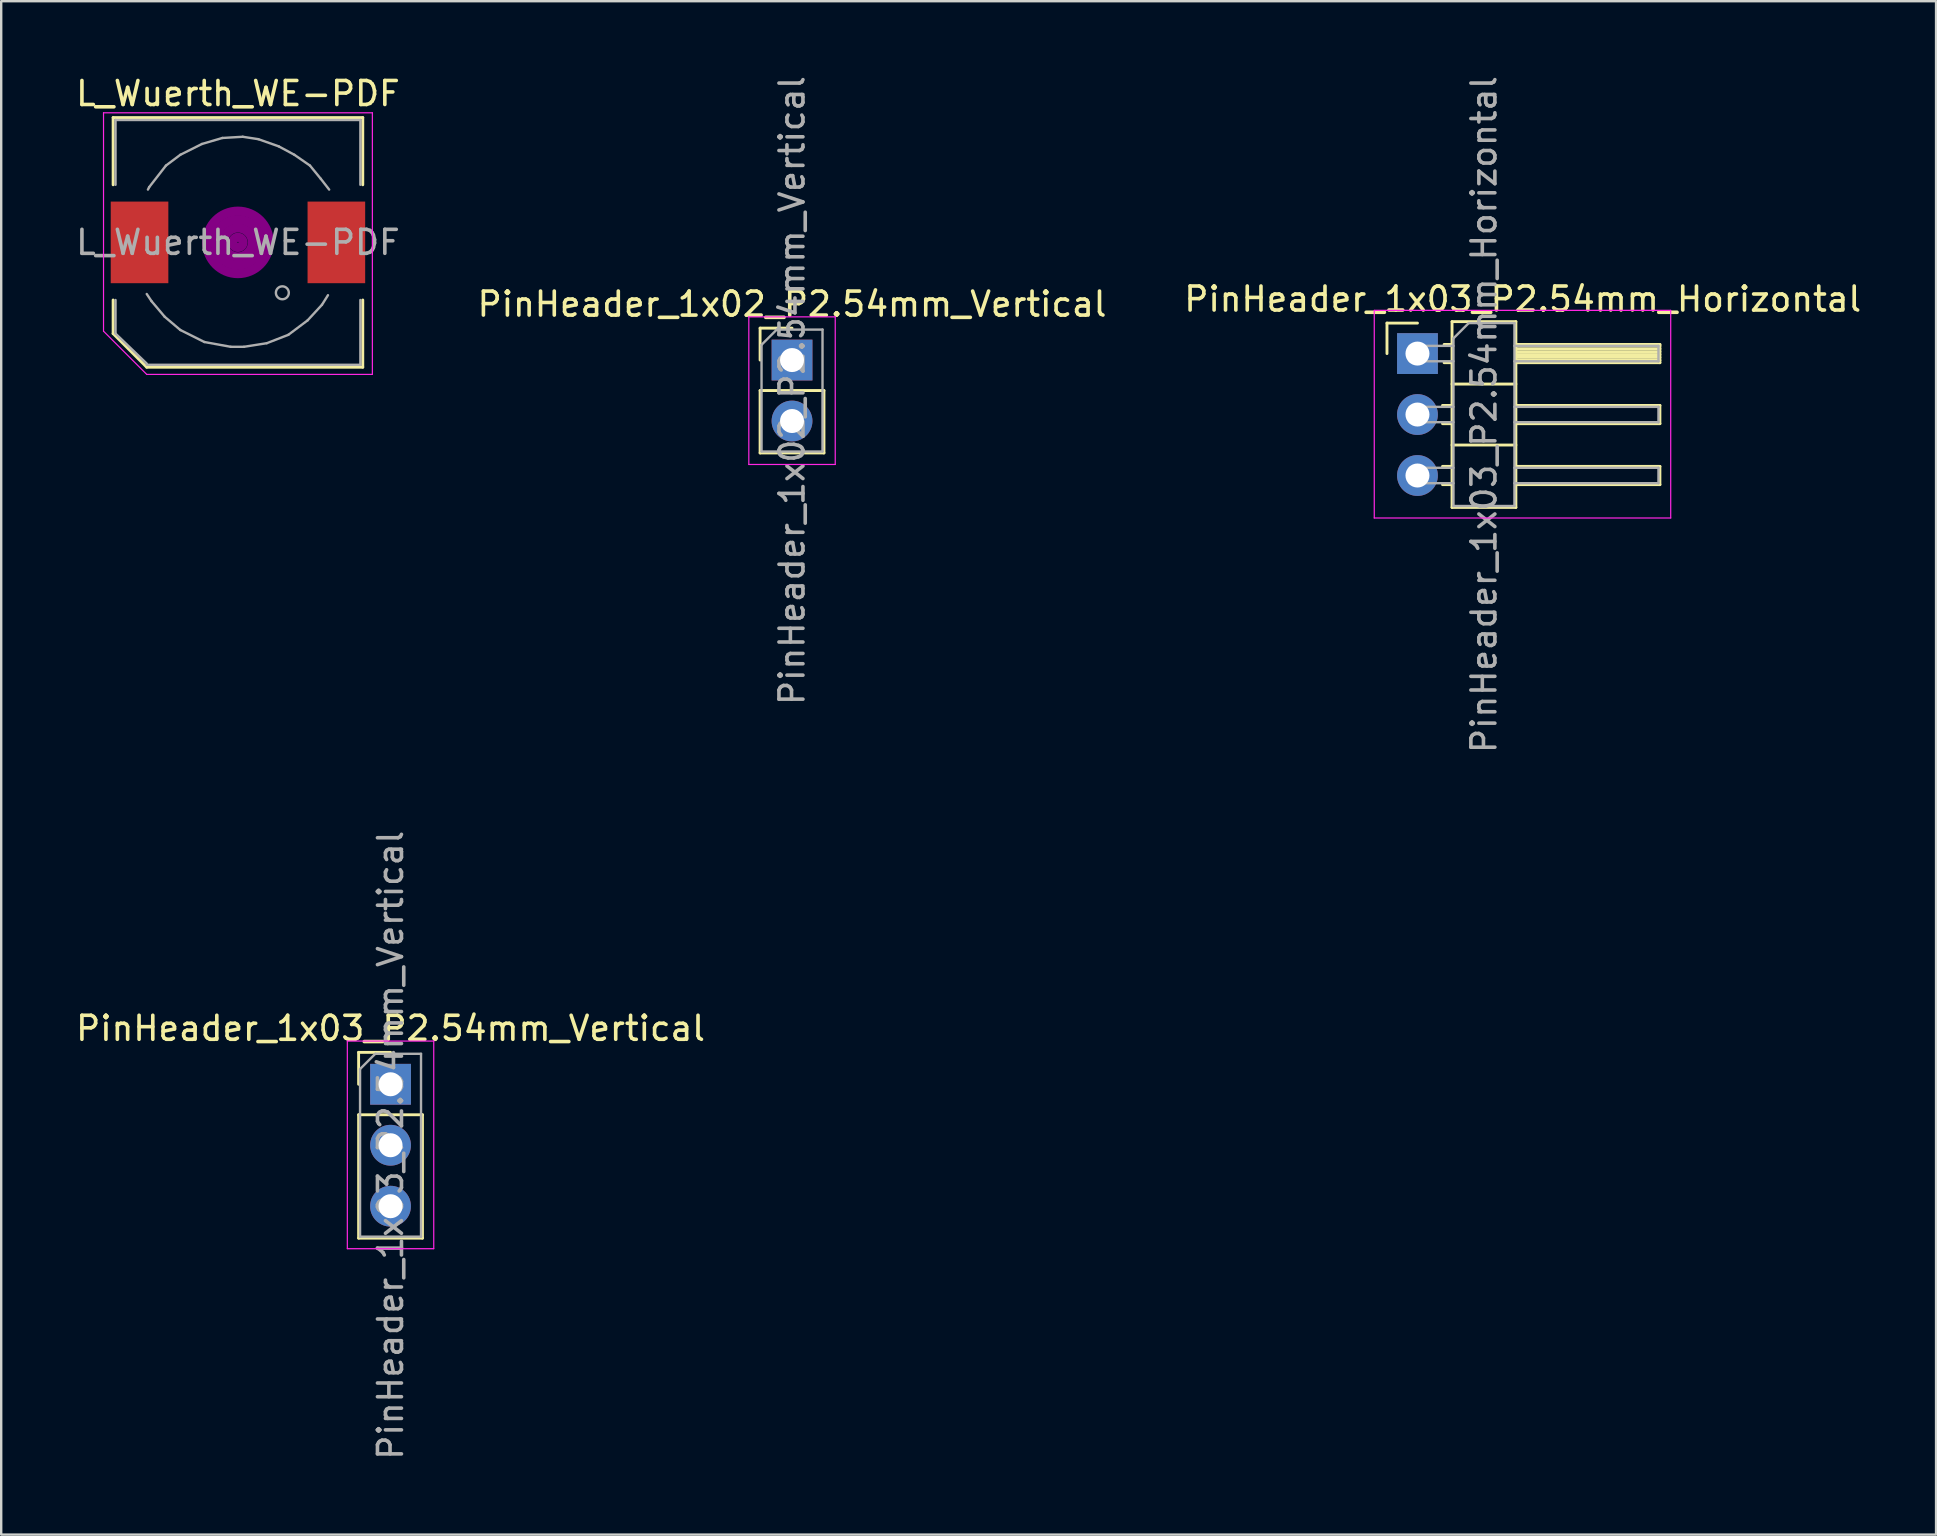
<source format=kicad_pcb>
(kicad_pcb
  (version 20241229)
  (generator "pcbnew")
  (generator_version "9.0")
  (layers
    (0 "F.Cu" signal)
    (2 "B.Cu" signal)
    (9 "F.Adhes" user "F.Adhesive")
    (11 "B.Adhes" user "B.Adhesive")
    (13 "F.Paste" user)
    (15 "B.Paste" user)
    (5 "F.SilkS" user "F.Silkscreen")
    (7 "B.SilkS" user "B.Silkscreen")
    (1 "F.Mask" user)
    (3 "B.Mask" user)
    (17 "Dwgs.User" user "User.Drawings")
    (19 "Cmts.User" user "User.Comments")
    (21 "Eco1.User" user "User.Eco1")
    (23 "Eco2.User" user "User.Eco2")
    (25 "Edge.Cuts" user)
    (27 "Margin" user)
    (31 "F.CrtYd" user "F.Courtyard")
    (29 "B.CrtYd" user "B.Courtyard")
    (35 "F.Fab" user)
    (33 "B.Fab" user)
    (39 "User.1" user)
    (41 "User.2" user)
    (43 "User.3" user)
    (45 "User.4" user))
  (footprint "PinHeader_1x03_P2.54mm_Vertical"
    (layer "F.Cu")
    (at 13.22 42.121)
    (property "Reference" "PinHeader_1x03_P2.54mm_Vertical" (at 0 -2.33 0) (layer "F.SilkS") (effects (font (size 1 1) (thickness 0.15))))
    (attr through_hole)
    (fp_line (start -1.33 -1.33) (end 0 -1.33) (stroke (width 0.12) (type solid)) (layer "F.SilkS"))
    (fp_line (start -1.33 0) (end -1.33 -1.33) (stroke (width 0.12) (type solid)) (layer "F.SilkS"))
    (fp_line (start -1.33 1.27) (end -1.33 6.41) (stroke (width 0.12) (type solid)) (layer "F.SilkS"))
    (fp_line (start -1.33 1.27) (end 1.33 1.27) (stroke (width 0.12) (type solid)) (layer "F.SilkS"))
    (fp_line (start -1.33 6.41) (end 1.33 6.41) (stroke (width 0.12) (type solid)) (layer "F.SilkS"))
    (fp_line (start 1.33 1.27) (end 1.33 6.41) (stroke (width 0.12) (type solid)) (layer "F.SilkS"))
    (fp_line (start -1.8 -1.8) (end -1.8 6.85) (stroke (width 0.05) (type solid)) (layer "F.CrtYd"))
    (fp_line (start -1.8 6.85) (end 1.8 6.85) (stroke (width 0.05) (type solid)) (layer "F.CrtYd"))
    (fp_line (start 1.8 -1.8) (end -1.8 -1.8) (stroke (width 0.05) (type solid)) (layer "F.CrtYd"))
    (fp_line (start 1.8 6.85) (end 1.8 -1.8) (stroke (width 0.05) (type solid)) (layer "F.CrtYd"))
    (fp_line (start -1.27 -0.635) (end -0.635 -1.27) (stroke (width 0.1) (type solid)) (layer "F.Fab"))
    (fp_line (start -1.27 6.35) (end -1.27 -0.635) (stroke (width 0.1) (type solid)) (layer "F.Fab"))
    (fp_line (start -0.635 -1.27) (end 1.27 -1.27) (stroke (width 0.1) (type solid)) (layer "F.Fab"))
    (fp_line (start 1.27 -1.27) (end 1.27 6.35) (stroke (width 0.1) (type solid)) (layer "F.Fab"))
    (fp_line (start 1.27 6.35) (end -1.27 6.35) (stroke (width 0.1) (type solid)) (layer "F.Fab"))
    (fp_text user "${REFERENCE}" (at 0 2.54 90) (layer "F.Fab") (effects (font (size 1 1) (thickness 0.15))))
    (pad "1" thru_hole rect (at 0 0) (size 1.7 1.7) (drill 1) (layers "*.Cu" "*.Mask"))
    (pad "2" thru_hole oval (at 0 2.54) (size 1.7 1.7) (drill 1) (layers "*.Cu" "*.Mask"))
    (pad "3" thru_hole oval (at 0 5.08) (size 1.7 1.7) (drill 1) (layers "*.Cu" "*.Mask")))
  (footprint "PinHeader_1x02_P2.54mm_Vertical"
    (layer "F.Cu")
    (at 29.946 11.95)
    (property "Reference" "PinHeader_1x02_P2.54mm_Vertical" (at 0 -2.33 0) (layer "F.SilkS") (effects (font (size 1 1) (thickness 0.15))))
    (attr through_hole)
    (fp_line (start -1.33 -1.33) (end 0 -1.33) (stroke (width 0.12) (type solid)) (layer "F.SilkS"))
    (fp_line (start -1.33 0) (end -1.33 -1.33) (stroke (width 0.12) (type solid)) (layer "F.SilkS"))
    (fp_line (start -1.33 1.27) (end -1.33 3.87) (stroke (width 0.12) (type solid)) (layer "F.SilkS"))
    (fp_line (start -1.33 1.27) (end 1.33 1.27) (stroke (width 0.12) (type solid)) (layer "F.SilkS"))
    (fp_line (start -1.33 3.87) (end 1.33 3.87) (stroke (width 0.12) (type solid)) (layer "F.SilkS"))
    (fp_line (start 1.33 1.27) (end 1.33 3.87) (stroke (width 0.12) (type solid)) (layer "F.SilkS"))
    (fp_line (start -1.8 -1.8) (end -1.8 4.35) (stroke (width 0.05) (type solid)) (layer "F.CrtYd"))
    (fp_line (start -1.8 4.35) (end 1.8 4.35) (stroke (width 0.05) (type solid)) (layer "F.CrtYd"))
    (fp_line (start 1.8 -1.8) (end -1.8 -1.8) (stroke (width 0.05) (type solid)) (layer "F.CrtYd"))
    (fp_line (start 1.8 4.35) (end 1.8 -1.8) (stroke (width 0.05) (type solid)) (layer "F.CrtYd"))
    (fp_line (start -1.27 -0.635) (end -0.635 -1.27) (stroke (width 0.1) (type solid)) (layer "F.Fab"))
    (fp_line (start -1.27 3.81) (end -1.27 -0.635) (stroke (width 0.1) (type solid)) (layer "F.Fab"))
    (fp_line (start -0.635 -1.27) (end 1.27 -1.27) (stroke (width 0.1) (type solid)) (layer "F.Fab"))
    (fp_line (start 1.27 -1.27) (end 1.27 3.81) (stroke (width 0.1) (type solid)) (layer "F.Fab"))
    (fp_line (start 1.27 3.81) (end -1.27 3.81) (stroke (width 0.1) (type solid)) (layer "F.Fab"))
    (fp_text user "${REFERENCE}" (at 0 1.27 90) (layer "F.Fab") (effects (font (size 1 1) (thickness 0.15))))
    (pad "1" thru_hole rect (at 0 0) (size 1.7 1.7) (drill 1) (layers "*.Cu" "*.Mask"))
    (pad "2" thru_hole oval (at 0 2.54) (size 1.7 1.7) (drill 1) (layers "*.Cu" "*.Mask")))
  (footprint "PinHeader_1x03_P2.54mm_Horizontal"
    (layer "F.Cu")
    (at 56.002 11.68)
    (property "Reference" "PinHeader_1x03_P2.54mm_Horizontal" (at 4.385 -2.27 0) (layer "F.SilkS") (effects (font (size 1 1) (thickness 0.15))))
    (attr through_hole)
    (fp_line (start -1.27 -1.27) (end 0 -1.27) (stroke (width 0.12) (type solid)) (layer "F.SilkS"))
    (fp_line (start -1.27 0) (end -1.27 -1.27) (stroke (width 0.12) (type solid)) (layer "F.SilkS"))
    (fp_line (start 1.043 2.16) (end 1.44 2.16) (stroke (width 0.12) (type solid)) (layer "F.SilkS"))
    (fp_line (start 1.043 2.92) (end 1.44 2.92) (stroke (width 0.12) (type solid)) (layer "F.SilkS"))
    (fp_line (start 1.043 4.7) (end 1.44 4.7) (stroke (width 0.12) (type solid)) (layer "F.SilkS"))
    (fp_line (start 1.043 5.46) (end 1.44 5.46) (stroke (width 0.12) (type solid)) (layer "F.SilkS"))
    (fp_line (start 1.11 -0.38) (end 1.44 -0.38) (stroke (width 0.12) (type solid)) (layer "F.SilkS"))
    (fp_line (start 1.11 0.38) (end 1.44 0.38) (stroke (width 0.12) (type solid)) (layer "F.SilkS"))
    (fp_line (start 1.44 -1.33) (end 1.44 6.41) (stroke (width 0.12) (type solid)) (layer "F.SilkS"))
    (fp_line (start 1.44 1.27) (end 4.1 1.27) (stroke (width 0.12) (type solid)) (layer "F.SilkS"))
    (fp_line (start 1.44 3.81) (end 4.1 3.81) (stroke (width 0.12) (type solid)) (layer "F.SilkS"))
    (fp_line (start 1.44 6.41) (end 4.1 6.41) (stroke (width 0.12) (type solid)) (layer "F.SilkS"))
    (fp_line (start 4.1 -1.33) (end 1.44 -1.33) (stroke (width 0.12) (type solid)) (layer "F.SilkS"))
    (fp_line (start 4.1 -0.38) (end 10.1 -0.38) (stroke (width 0.12) (type solid)) (layer "F.SilkS"))
    (fp_line (start 4.1 -0.32) (end 10.1 -0.32) (stroke (width 0.12) (type solid)) (layer "F.SilkS"))
    (fp_line (start 4.1 -0.2) (end 10.1 -0.2) (stroke (width 0.12) (type solid)) (layer "F.SilkS"))
    (fp_line (start 4.1 -0.08) (end 10.1 -0.08) (stroke (width 0.12) (type solid)) (layer "F.SilkS"))
    (fp_line (start 4.1 0.04) (end 10.1 0.04) (stroke (width 0.12) (type solid)) (layer "F.SilkS"))
    (fp_line (start 4.1 0.16) (end 10.1 0.16) (stroke (width 0.12) (type solid)) (layer "F.SilkS"))
    (fp_line (start 4.1 0.28) (end 10.1 0.28) (stroke (width 0.12) (type solid)) (layer "F.SilkS"))
    (fp_line (start 4.1 2.16) (end 10.1 2.16) (stroke (width 0.12) (type solid)) (layer "F.SilkS"))
    (fp_line (start 4.1 4.7) (end 10.1 4.7) (stroke (width 0.12) (type solid)) (layer "F.SilkS"))
    (fp_line (start 4.1 6.41) (end 4.1 -1.33) (stroke (width 0.12) (type solid)) (layer "F.SilkS"))
    (fp_line (start 10.1 -0.38) (end 10.1 0.38) (stroke (width 0.12) (type solid)) (layer "F.SilkS"))
    (fp_line (start 10.1 0.38) (end 4.1 0.38) (stroke (width 0.12) (type solid)) (layer "F.SilkS"))
    (fp_line (start 10.1 2.16) (end 10.1 2.92) (stroke (width 0.12) (type solid)) (layer "F.SilkS"))
    (fp_line (start 10.1 2.92) (end 4.1 2.92) (stroke (width 0.12) (type solid)) (layer "F.SilkS"))
    (fp_line (start 10.1 4.7) (end 10.1 5.46) (stroke (width 0.12) (type solid)) (layer "F.SilkS"))
    (fp_line (start 10.1 5.46) (end 4.1 5.46) (stroke (width 0.12) (type solid)) (layer "F.SilkS"))
    (fp_line (start -1.8 -1.8) (end -1.8 6.85) (stroke (width 0.05) (type solid)) (layer "F.CrtYd"))
    (fp_line (start -1.8 6.85) (end 10.55 6.85) (stroke (width 0.05) (type solid)) (layer "F.CrtYd"))
    (fp_line (start 10.55 -1.8) (end -1.8 -1.8) (stroke (width 0.05) (type solid)) (layer "F.CrtYd"))
    (fp_line (start 10.55 6.85) (end 10.55 -1.8) (stroke (width 0.05) (type solid)) (layer "F.CrtYd"))
    (fp_line (start -0.32 -0.32) (end -0.32 0.32) (stroke (width 0.1) (type solid)) (layer "F.Fab"))
    (fp_line (start -0.32 -0.32) (end 1.5 -0.32) (stroke (width 0.1) (type solid)) (layer "F.Fab"))
    (fp_line (start -0.32 0.32) (end 1.5 0.32) (stroke (width 0.1) (type solid)) (layer "F.Fab"))
    (fp_line (start -0.32 2.22) (end -0.32 2.86) (stroke (width 0.1) (type solid)) (layer "F.Fab"))
    (fp_line (start -0.32 2.22) (end 1.5 2.22) (stroke (width 0.1) (type solid)) (layer "F.Fab"))
    (fp_line (start -0.32 2.86) (end 1.5 2.86) (stroke (width 0.1) (type solid)) (layer "F.Fab"))
    (fp_line (start -0.32 4.76) (end -0.32 5.4) (stroke (width 0.1) (type solid)) (layer "F.Fab"))
    (fp_line (start -0.32 4.76) (end 1.5 4.76) (stroke (width 0.1) (type solid)) (layer "F.Fab"))
    (fp_line (start -0.32 5.4) (end 1.5 5.4) (stroke (width 0.1) (type solid)) (layer "F.Fab"))
    (fp_line (start 1.5 -0.635) (end 2.135 -1.27) (stroke (width 0.1) (type solid)) (layer "F.Fab"))
    (fp_line (start 1.5 6.35) (end 1.5 -0.635) (stroke (width 0.1) (type solid)) (layer "F.Fab"))
    (fp_line (start 2.135 -1.27) (end 4.04 -1.27) (stroke (width 0.1) (type solid)) (layer "F.Fab"))
    (fp_line (start 4.04 -1.27) (end 4.04 6.35) (stroke (width 0.1) (type solid)) (layer "F.Fab"))
    (fp_line (start 4.04 -0.32) (end 10.04 -0.32) (stroke (width 0.1) (type solid)) (layer "F.Fab"))
    (fp_line (start 4.04 0.32) (end 10.04 0.32) (stroke (width 0.1) (type solid)) (layer "F.Fab"))
    (fp_line (start 4.04 2.22) (end 10.04 2.22) (stroke (width 0.1) (type solid)) (layer "F.Fab"))
    (fp_line (start 4.04 2.86) (end 10.04 2.86) (stroke (width 0.1) (type solid)) (layer "F.Fab"))
    (fp_line (start 4.04 4.76) (end 10.04 4.76) (stroke (width 0.1) (type solid)) (layer "F.Fab"))
    (fp_line (start 4.04 5.4) (end 10.04 5.4) (stroke (width 0.1) (type solid)) (layer "F.Fab"))
    (fp_line (start 4.04 6.35) (end 1.5 6.35) (stroke (width 0.1) (type solid)) (layer "F.Fab"))
    (fp_line (start 10.04 -0.32) (end 10.04 0.32) (stroke (width 0.1) (type solid)) (layer "F.Fab"))
    (fp_line (start 10.04 2.22) (end 10.04 2.86) (stroke (width 0.1) (type solid)) (layer "F.Fab"))
    (fp_line (start 10.04 4.76) (end 10.04 5.4) (stroke (width 0.1) (type solid)) (layer "F.Fab"))
    (fp_text user "${REFERENCE}" (at 2.77 2.54 90) (layer "F.Fab") (effects (font (size 1 1) (thickness 0.15))))
    (pad "1" thru_hole rect (at 0 0) (size 1.7 1.7) (drill 1) (layers "*.Cu" "*.Mask"))
    (pad "2" thru_hole oval (at 0 2.54) (size 1.7 1.7) (drill 1) (layers "*.Cu" "*.Mask"))
    (pad "3" thru_hole oval (at 0 5.08) (size 1.7 1.7) (drill 1) (layers "*.Cu" "*.Mask")))
  (footprint "L_Wuerth_WE-PDF"
    (layer "F.Cu")
    (at 6.863 7.048)
    (property "Reference" "L_Wuerth_WE-PDF" (at 0 -6.2 0) (layer "F.SilkS") (effects (font (size 1 1) (thickness 0.15))))
    (attr smd)
    (fp_line (start -5.2 -5.2) (end 5.2 -5.2) (stroke (width 0.12) (type solid)) (layer "F.SilkS"))
    (fp_line (start -5.2 -2.4) (end -5.2 -5.2) (stroke (width 0.12) (type solid)) (layer "F.SilkS"))
    (fp_line (start -5.2 3.8) (end -5.2 2.4) (stroke (width 0.12) (type solid)) (layer "F.SilkS"))
    (fp_line (start -3.8 5.2) (end -5.2 3.8) (stroke (width 0.12) (type solid)) (layer "F.SilkS"))
    (fp_line (start 5.2 -5.2) (end 5.2 -2.4) (stroke (width 0.12) (type solid)) (layer "F.SilkS"))
    (fp_line (start 5.2 2.4) (end 5.2 5.2) (stroke (width 0.12) (type solid)) (layer "F.SilkS"))
    (fp_line (start 5.2 5.2) (end -3.8 5.2) (stroke (width 0.12) (type solid)) (layer "F.SilkS"))
    (fp_circle (center 0 0) (end 0.15 0.15) (stroke (width 0.38) (type solid)) (fill no) (layer "F.Adhes"))
    (fp_circle (center 0 0) (end 0.6 0.05) (stroke (width 0.38) (type solid)) (fill no) (layer "F.Adhes"))
    (fp_circle (center 0 0) (end 0.95 0) (stroke (width 0.38) (type solid)) (fill no) (layer "F.Adhes"))
    (fp_circle (center 0 0) (end 1.3 0.05) (stroke (width 0.38) (type solid)) (fill no) (layer "F.Adhes"))
    (fp_line (start -5.6 -5.4) (end 5.6 -5.4) (stroke (width 0.05) (type solid)) (layer "F.CrtYd"))
    (fp_line (start -5.6 3.7) (end -5.6 -5.4) (stroke (width 0.05) (type solid)) (layer "F.CrtYd"))
    (fp_line (start -3.8 5.5) (end -5.6 3.7) (stroke (width 0.05) (type solid)) (layer "F.CrtYd"))
    (fp_line (start 5.6 -5.4) (end 5.6 5.5) (stroke (width 0.05) (type solid)) (layer "F.CrtYd"))
    (fp_line (start 5.6 5.5) (end -3.8 5.5) (stroke (width 0.05) (type solid)) (layer "F.CrtYd"))
    (fp_line (start -5.1 -5.1) (end -5.1 -2.4) (stroke (width 0.1) (type solid)) (layer "F.Fab"))
    (fp_line (start -5.1 2.4) (end -5.1 3.8) (stroke (width 0.1) (type solid)) (layer "F.Fab"))
    (fp_line (start -5.1 3.8) (end -3.8 5.05) (stroke (width 0.1) (type solid)) (layer "F.Fab"))
    (fp_line (start -3.8 2.15) (end -3.6 2.45) (stroke (width 0.1) (type solid)) (layer "F.Fab"))
    (fp_line (start -3.7 -2.3) (end -3.75 -2.2) (stroke (width 0.1) (type solid)) (layer "F.Fab"))
    (fp_line (start -3.6 2.45) (end -3.05 3.1) (stroke (width 0.1) (type solid)) (layer "F.Fab"))
    (fp_line (start -3.05 3.1) (end -2.4 3.65) (stroke (width 0.1) (type solid)) (layer "F.Fab"))
    (fp_line (start -3 -3.2) (end -3.7 -2.3) (stroke (width 0.1) (type solid)) (layer "F.Fab"))
    (fp_line (start -2.4 -3.65) (end -3 -3.2) (stroke (width 0.1) (type solid)) (layer "F.Fab"))
    (fp_line (start -2.4 3.65) (end -1.4 4.15) (stroke (width 0.1) (type solid)) (layer "F.Fab"))
    (fp_line (start -1.5 -4.1) (end -2.4 -3.65) (stroke (width 0.1) (type solid)) (layer "F.Fab"))
    (fp_line (start -1.4 4.15) (end -0.3 4.35) (stroke (width 0.1) (type solid)) (layer "F.Fab"))
    (fp_line (start -0.65 -4.35) (end -1.5 -4.1) (stroke (width 0.1) (type solid)) (layer "F.Fab"))
    (fp_line (start -0.3 4.35) (end 0.25 4.35) (stroke (width 0.1) (type solid)) (layer "F.Fab"))
    (fp_line (start 0.2 -4.4) (end -0.65 -4.35) (stroke (width 0.1) (type solid)) (layer "F.Fab"))
    (fp_line (start 0.25 4.35) (end 1.2 4.2) (stroke (width 0.1) (type solid)) (layer "F.Fab"))
    (fp_line (start 0.85 -4.3) (end 0.2 -4.4) (stroke (width 0.1) (type solid)) (layer "F.Fab"))
    (fp_line (start 1.2 4.2) (end 2.1 3.85) (stroke (width 0.1) (type solid)) (layer "F.Fab"))
    (fp_line (start 1.7 -4) (end 0.85 -4.3) (stroke (width 0.1) (type solid)) (layer "F.Fab"))
    (fp_line (start 2.1 3.85) (end 2.9 3.25) (stroke (width 0.1) (type solid)) (layer "F.Fab"))
    (fp_line (start 2.35 -3.65) (end 1.7 -4) (stroke (width 0.1) (type solid)) (layer "F.Fab"))
    (fp_line (start 2.9 3.25) (end 3.5 2.6) (stroke (width 0.1) (type solid)) (layer "F.Fab"))
    (fp_line (start 3 -3.2) (end 2.35 -3.65) (stroke (width 0.1) (type solid)) (layer "F.Fab"))
    (fp_line (start 3.45 -2.65) (end 3 -3.2) (stroke (width 0.1) (type solid)) (layer "F.Fab"))
    (fp_line (start 3.5 2.6) (end 3.75 2.2) (stroke (width 0.1) (type solid)) (layer "F.Fab"))
    (fp_line (start 3.8 -2.2) (end 3.45 -2.65) (stroke (width 0.1) (type solid)) (layer "F.Fab"))
    (fp_line (start 5.1 -5.1) (end -5.1 -5.1) (stroke (width 0.1) (type solid)) (layer "F.Fab"))
    (fp_line (start 5.1 -5.1) (end 5.1 -2.4) (stroke (width 0.1) (type solid)) (layer "F.Fab"))
    (fp_line (start 5.1 5.1) (end -3.8 5.1) (stroke (width 0.1) (type solid)) (layer "F.Fab"))
    (fp_line (start 5.1 5.1) (end 5.1 2.4) (stroke (width 0.1) (type solid)) (layer "F.Fab"))
    (fp_circle (center 1.85 2.1) (end 2.1 2.2) (stroke (width 0.1) (type solid)) (fill no) (layer "F.Fab"))
    (fp_text user "${REFERENCE}" (at 0 0 0) (layer "F.Fab") (effects (font (size 1 1) (thickness 0.15))))
    (pad "1" smd rect (at -4.1 0) (size 2.4 3.4) (layers "F.Cu" "F.Mask" "F.Paste"))
    (pad "2" smd rect (at 4.1 0) (size 2.4 3.4) (layers "F.Cu" "F.Mask" "F.Paste")))
  (gr_rect
    (start -3 -3)
    (end 77.607 60.881)
    (stroke (width 0.1) (type default))
    (fill no)
    (layer "Edge.Cuts")))
</source>
